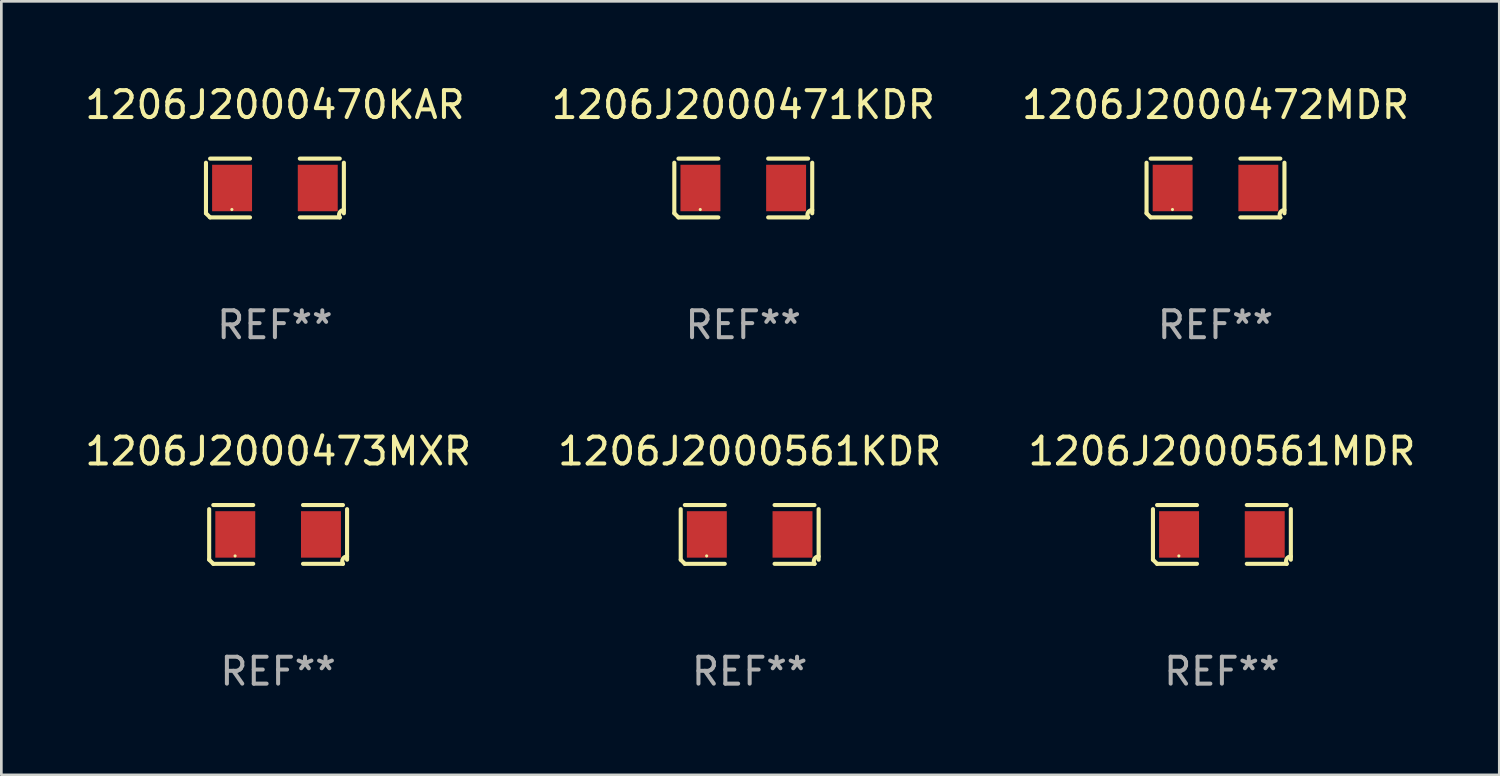
<source format=kicad_pcb>
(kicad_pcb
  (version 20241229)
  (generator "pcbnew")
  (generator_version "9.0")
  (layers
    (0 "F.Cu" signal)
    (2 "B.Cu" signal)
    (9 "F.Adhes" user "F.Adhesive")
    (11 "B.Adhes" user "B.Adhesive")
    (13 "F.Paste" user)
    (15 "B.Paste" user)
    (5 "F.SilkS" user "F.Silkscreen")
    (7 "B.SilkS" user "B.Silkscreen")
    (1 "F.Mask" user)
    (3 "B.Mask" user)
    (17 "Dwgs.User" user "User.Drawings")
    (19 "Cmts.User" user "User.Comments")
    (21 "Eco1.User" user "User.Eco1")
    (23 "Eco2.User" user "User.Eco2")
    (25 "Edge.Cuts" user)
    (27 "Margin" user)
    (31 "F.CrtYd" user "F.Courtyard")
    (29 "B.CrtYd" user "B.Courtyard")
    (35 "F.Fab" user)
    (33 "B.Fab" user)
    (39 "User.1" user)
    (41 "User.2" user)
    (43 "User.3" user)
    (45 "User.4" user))
  (footprint "1206J2000561MDR"
    (layer "F.Cu")
    (at 42.387 16.823)
    (property "Reference" "1206J2000561MDR" (at 0 -3.093 0) (layer "F.SilkS") (effects (font (size 1 1) (thickness 0.15))))
    (attr through_hole)
    (fp_line (start -2.564 0.94) (end -2.564 -0.94) (stroke (width 0.152) (type solid)) (layer "F.SilkS"))
    (fp_line (start -2.411 -1.093) (end -0.926 -1.093) (stroke (width 0.152) (type solid)) (layer "F.SilkS"))
    (fp_line (start -0.926 1.093) (end -2.411 1.093) (stroke (width 0.152) (type solid)) (layer "F.SilkS"))
    (fp_line (start 0.926 1.093) (end 2.411 1.093) (stroke (width 0.152) (type solid)) (layer "F.SilkS"))
    (fp_line (start 2.411 -1.093) (end 0.926 -1.093) (stroke (width 0.152) (type solid)) (layer "F.SilkS"))
    (fp_line (start 2.564 0.94) (end 2.564 -0.94) (stroke (width 0.152) (type solid)) (layer "F.SilkS"))
    (fp_arc (start -2.411201 1.092609) (mid -2.487413 1.01642) (end -2.563602 0.940208) (stroke (width 0.1524) (type solid)) (layer "F.SilkS"))
    (fp_arc (start 2.411201 1.092609) (mid 2.407159 0.911226) (end 2.563602 0.819347) (stroke (width 0.1524) (type solid)) (layer "F.SilkS"))
    (fp_circle (center -1.6 0.8) (end -1.57 0.8) (stroke (width 0.06) (type solid)) (fill no) (layer "F.SilkS"))
    (fp_text user "REF**" (at 0 5.093 0) (layer "F.Fab") (effects (font (size 1 1) (thickness 0.15))))
    (pad "1" smd rect (at -1.593 0) (size 1.485 1.728) (layers "F.Cu" "F.Mask" "F.Paste"))
    (pad "2" smd rect (at 1.593 0) (size 1.485 1.728) (layers "F.Cu" "F.Mask" "F.Paste")))
  (footprint "1206J2000561KDR"
    (layer "F.Cu")
    (at 24.827 16.823)
    (property "Reference" "1206J2000561KDR" (at 0 -3.093 0) (layer "F.SilkS") (effects (font (size 1 1) (thickness 0.15))))
    (attr through_hole)
    (fp_line (start -2.564 0.94) (end -2.564 -0.94) (stroke (width 0.152) (type solid)) (layer "F.SilkS"))
    (fp_line (start -2.411 -1.093) (end -0.926 -1.093) (stroke (width 0.152) (type solid)) (layer "F.SilkS"))
    (fp_line (start -0.926 1.093) (end -2.411 1.093) (stroke (width 0.152) (type solid)) (layer "F.SilkS"))
    (fp_line (start 0.926 1.093) (end 2.411 1.093) (stroke (width 0.152) (type solid)) (layer "F.SilkS"))
    (fp_line (start 2.411 -1.093) (end 0.926 -1.093) (stroke (width 0.152) (type solid)) (layer "F.SilkS"))
    (fp_line (start 2.564 0.94) (end 2.564 -0.94) (stroke (width 0.152) (type solid)) (layer "F.SilkS"))
    (fp_arc (start -2.411201 1.092609) (mid -2.487413 1.01642) (end -2.563602 0.940208) (stroke (width 0.1524) (type solid)) (layer "F.SilkS"))
    (fp_arc (start 2.411201 1.092609) (mid 2.407159 0.911226) (end 2.563602 0.819347) (stroke (width 0.1524) (type solid)) (layer "F.SilkS"))
    (fp_circle (center -1.6 0.8) (end -1.57 0.8) (stroke (width 0.06) (type solid)) (fill no) (layer "F.SilkS"))
    (fp_text user "REF**" (at 0 5.093 0) (layer "F.Fab") (effects (font (size 1 1) (thickness 0.15))))
    (pad "1" smd rect (at -1.593 0) (size 1.485 1.728) (layers "F.Cu" "F.Mask" "F.Paste"))
    (pad "2" smd rect (at 1.593 0) (size 1.485 1.728) (layers "F.Cu" "F.Mask" "F.Paste")))
  (footprint "1206J2000470KAR"
    (layer "F.Cu")
    (at 7.173 3.941)
    (property "Reference" "1206J2000470KAR" (at 0 -3.093 0) (layer "F.SilkS") (effects (font (size 1 1) (thickness 0.15))))
    (attr through_hole)
    (fp_line (start -2.564 0.94) (end -2.564 -0.94) (stroke (width 0.152) (type solid)) (layer "F.SilkS"))
    (fp_line (start -2.411 -1.093) (end -0.926 -1.093) (stroke (width 0.152) (type solid)) (layer "F.SilkS"))
    (fp_line (start -0.926 1.093) (end -2.411 1.093) (stroke (width 0.152) (type solid)) (layer "F.SilkS"))
    (fp_line (start 0.926 1.093) (end 2.411 1.093) (stroke (width 0.152) (type solid)) (layer "F.SilkS"))
    (fp_line (start 2.411 -1.093) (end 0.926 -1.093) (stroke (width 0.152) (type solid)) (layer "F.SilkS"))
    (fp_line (start 2.564 0.94) (end 2.564 -0.94) (stroke (width 0.152) (type solid)) (layer "F.SilkS"))
    (fp_arc (start -2.411201 1.092609) (mid -2.487413 1.01642) (end -2.563602 0.940208) (stroke (width 0.1524) (type solid)) (layer "F.SilkS"))
    (fp_arc (start 2.411201 1.092609) (mid 2.407159 0.911226) (end 2.563602 0.819347) (stroke (width 0.1524) (type solid)) (layer "F.SilkS"))
    (fp_circle (center -1.6 0.8) (end -1.57 0.8) (stroke (width 0.06) (type solid)) (fill no) (layer "F.SilkS"))
    (fp_text user "REF**" (at 0 5.093 0) (layer "F.Fab") (effects (font (size 1 1) (thickness 0.15))))
    (pad "1" smd rect (at -1.593 0) (size 1.485 1.728) (layers "F.Cu" "F.Mask" "F.Paste"))
    (pad "2" smd rect (at 1.593 0) (size 1.485 1.728) (layers "F.Cu" "F.Mask" "F.Paste")))
  (footprint "1206J2000472MDR"
    (layer "F.Cu")
    (at 42.149 3.941)
    (property "Reference" "1206J2000472MDR" (at 0 -3.093 0) (layer "F.SilkS") (effects (font (size 1 1) (thickness 0.15))))
    (attr through_hole)
    (fp_line (start -2.564 0.94) (end -2.564 -0.94) (stroke (width 0.152) (type solid)) (layer "F.SilkS"))
    (fp_line (start -2.411 -1.093) (end -0.926 -1.093) (stroke (width 0.152) (type solid)) (layer "F.SilkS"))
    (fp_line (start -0.926 1.093) (end -2.411 1.093) (stroke (width 0.152) (type solid)) (layer "F.SilkS"))
    (fp_line (start 0.926 1.093) (end 2.411 1.093) (stroke (width 0.152) (type solid)) (layer "F.SilkS"))
    (fp_line (start 2.411 -1.093) (end 0.926 -1.093) (stroke (width 0.152) (type solid)) (layer "F.SilkS"))
    (fp_line (start 2.564 0.94) (end 2.564 -0.94) (stroke (width 0.152) (type solid)) (layer "F.SilkS"))
    (fp_arc (start -2.411201 1.092609) (mid -2.487413 1.01642) (end -2.563602 0.940208) (stroke (width 0.1524) (type solid)) (layer "F.SilkS"))
    (fp_arc (start 2.411201 1.092609) (mid 2.407159 0.911226) (end 2.563602 0.819347) (stroke (width 0.1524) (type solid)) (layer "F.SilkS"))
    (fp_circle (center -1.6 0.8) (end -1.57 0.8) (stroke (width 0.06) (type solid)) (fill no) (layer "F.SilkS"))
    (fp_text user "REF**" (at 0 5.093 0) (layer "F.Fab") (effects (font (size 1 1) (thickness 0.15))))
    (pad "1" smd rect (at -1.593 0) (size 1.485 1.728) (layers "F.Cu" "F.Mask" "F.Paste"))
    (pad "2" smd rect (at 1.593 0) (size 1.485 1.728) (layers "F.Cu" "F.Mask" "F.Paste")))
  (footprint "1206J2000473MXR"
    (layer "F.Cu")
    (at 7.292 16.823)
    (property "Reference" "1206J2000473MXR" (at 0 -3.093 0) (layer "F.SilkS") (effects (font (size 1 1) (thickness 0.15))))
    (attr through_hole)
    (fp_line (start -2.564 0.94) (end -2.564 -0.94) (stroke (width 0.152) (type solid)) (layer "F.SilkS"))
    (fp_line (start -2.411 -1.093) (end -0.926 -1.093) (stroke (width 0.152) (type solid)) (layer "F.SilkS"))
    (fp_line (start -0.926 1.093) (end -2.411 1.093) (stroke (width 0.152) (type solid)) (layer "F.SilkS"))
    (fp_line (start 0.926 1.093) (end 2.411 1.093) (stroke (width 0.152) (type solid)) (layer "F.SilkS"))
    (fp_line (start 2.411 -1.093) (end 0.926 -1.093) (stroke (width 0.152) (type solid)) (layer "F.SilkS"))
    (fp_line (start 2.564 0.94) (end 2.564 -0.94) (stroke (width 0.152) (type solid)) (layer "F.SilkS"))
    (fp_arc (start -2.411201 1.092609) (mid -2.487413 1.01642) (end -2.563602 0.940208) (stroke (width 0.1524) (type solid)) (layer "F.SilkS"))
    (fp_arc (start 2.411201 1.092609) (mid 2.407159 0.911226) (end 2.563602 0.819347) (stroke (width 0.1524) (type solid)) (layer "F.SilkS"))
    (fp_circle (center -1.6 0.8) (end -1.57 0.8) (stroke (width 0.06) (type solid)) (fill no) (layer "F.SilkS"))
    (fp_text user "REF**" (at 0 5.093 0) (layer "F.Fab") (effects (font (size 1 1) (thickness 0.15))))
    (pad "1" smd rect (at -1.593 0) (size 1.485 1.728) (layers "F.Cu" "F.Mask" "F.Paste"))
    (pad "2" smd rect (at 1.593 0) (size 1.485 1.728) (layers "F.Cu" "F.Mask" "F.Paste")))
  (footprint "1206J2000471KDR"
    (layer "F.Cu")
    (at 24.589 3.941)
    (property "Reference" "1206J2000471KDR" (at 0 -3.093 0) (layer "F.SilkS") (effects (font (size 1 1) (thickness 0.15))))
    (attr through_hole)
    (fp_line (start -2.564 0.94) (end -2.564 -0.94) (stroke (width 0.152) (type solid)) (layer "F.SilkS"))
    (fp_line (start -2.411 -1.093) (end -0.926 -1.093) (stroke (width 0.152) (type solid)) (layer "F.SilkS"))
    (fp_line (start -0.926 1.093) (end -2.411 1.093) (stroke (width 0.152) (type solid)) (layer "F.SilkS"))
    (fp_line (start 0.926 1.093) (end 2.411 1.093) (stroke (width 0.152) (type solid)) (layer "F.SilkS"))
    (fp_line (start 2.411 -1.093) (end 0.926 -1.093) (stroke (width 0.152) (type solid)) (layer "F.SilkS"))
    (fp_line (start 2.564 0.94) (end 2.564 -0.94) (stroke (width 0.152) (type solid)) (layer "F.SilkS"))
    (fp_arc (start -2.411201 1.092609) (mid -2.487413 1.01642) (end -2.563602 0.940208) (stroke (width 0.1524) (type solid)) (layer "F.SilkS"))
    (fp_arc (start 2.411201 1.092609) (mid 2.407159 0.911226) (end 2.563602 0.819347) (stroke (width 0.1524) (type solid)) (layer "F.SilkS"))
    (fp_circle (center -1.6 0.8) (end -1.57 0.8) (stroke (width 0.06) (type solid)) (fill no) (layer "F.SilkS"))
    (fp_text user "REF**" (at 0 5.093 0) (layer "F.Fab") (effects (font (size 1 1) (thickness 0.15))))
    (pad "1" smd rect (at -1.593 0) (size 1.485 1.728) (layers "F.Cu" "F.Mask" "F.Paste"))
    (pad "2" smd rect (at 1.593 0) (size 1.485 1.728) (layers "F.Cu" "F.Mask" "F.Paste")))
  (gr_rect
    (start -3 -3)
    (end 52.702 25.763)
    (stroke (width 0.1) (type default))
    (fill no)
    (layer "Edge.Cuts")))
</source>
